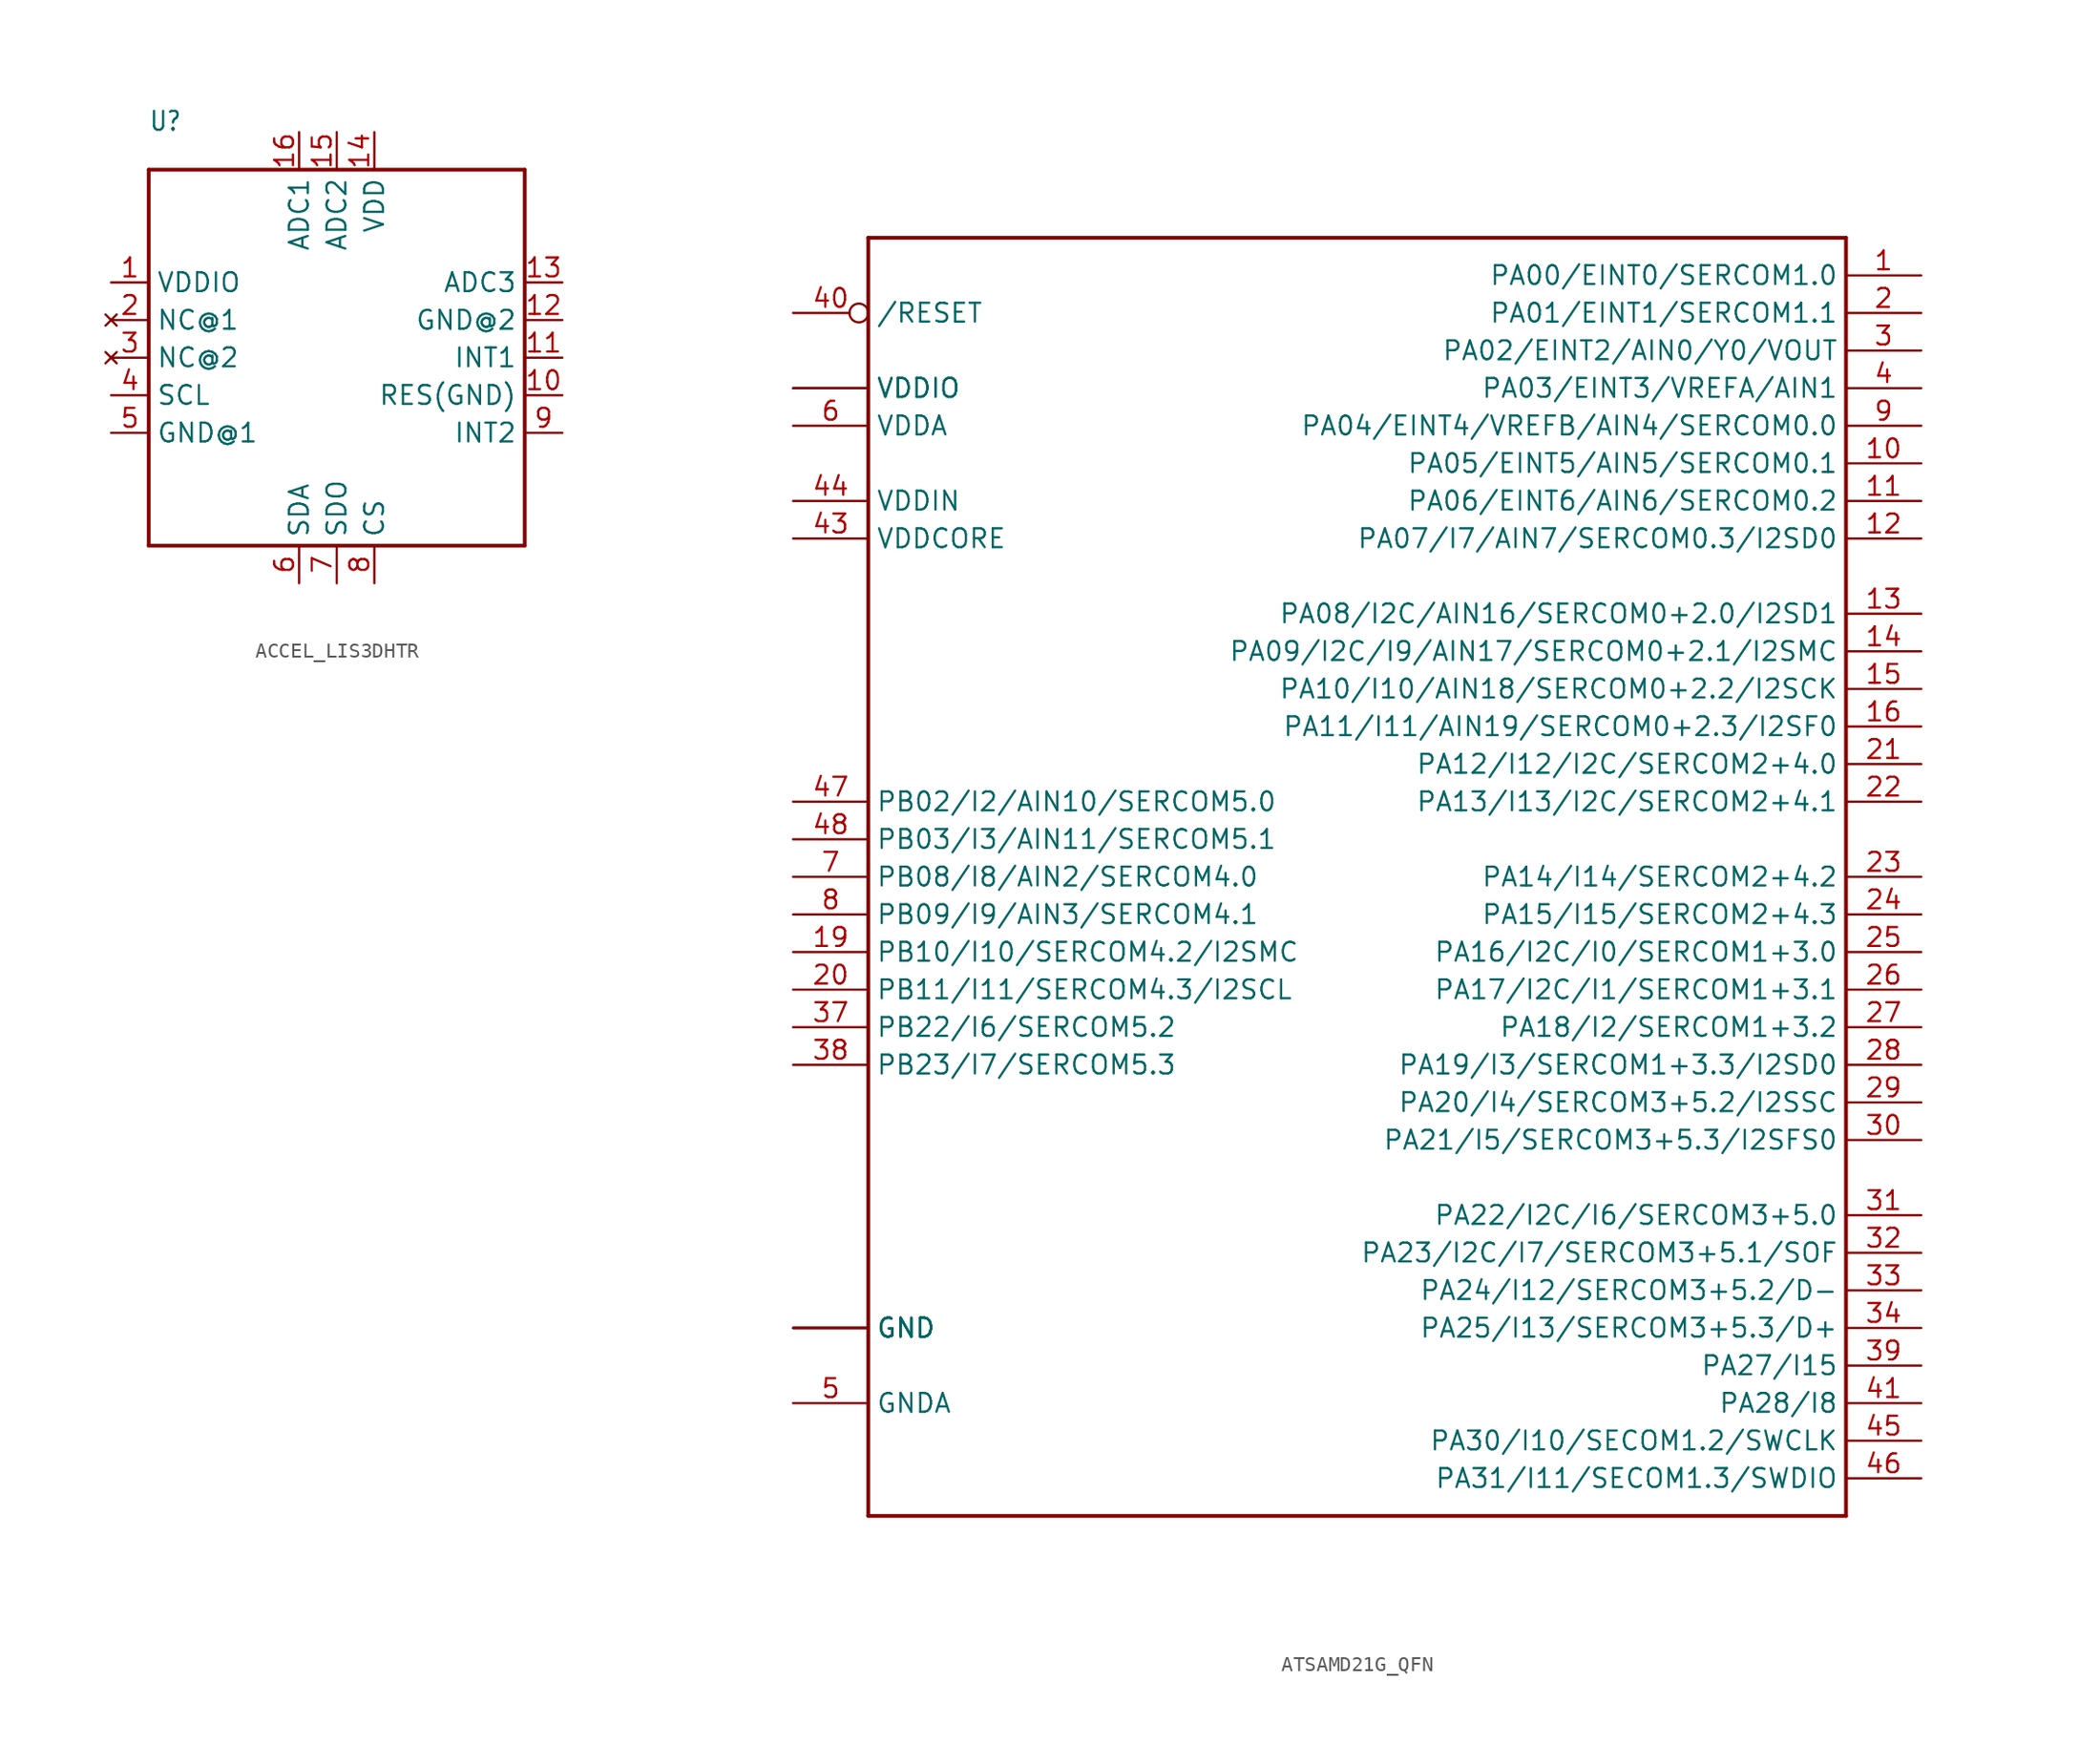
<source format=kicad_sym>
(kicad_symbol_lib
  (version 20220914)
  (generator kicad_symbol_editor)
  (symbol "ACCEL_LIS3DHTR"
    (property "Reference" "U"
      (at -12.7 15.24 0)
      (effects (font (size 1.27 1.079)) (justify left bottom)))
    (property "Value" ""
      (at 5.08 -15.24 0)
      (effects (font (size 1.27 1.079)) (justify left bottom)))
    (property "ki_locked" ""
      (at 0 0 0)
      (effects (font (size 1.27 1.27))))
    (symbol "ACCEL_LIS3DHTR_1_0"
      (polyline (pts (xy -12.7 -12.7) (xy -12.7 12.7)) (stroke (width 0.254) (type solid)) (fill (type none)))
      (polyline (pts (xy -12.7 12.7) (xy 12.7 12.7)) (stroke (width 0.254) (type solid)) (fill (type none)))
      (polyline (pts (xy 12.7 -12.7) (xy -12.7 -12.7)) (stroke (width 0.254) (type solid)) (fill (type none)))
      (polyline (pts (xy 12.7 12.7) (xy 12.7 -12.7)) (stroke (width 0.254) (type solid)) (fill (type none)))
      (pin power_in line (at -15.24 5.08 0) (length 2.54) (name "VDDIO" (effects (font (size 1.27 1.27)))) (number "1" (effects (font (size 1.27 1.27)))))
      (pin bidirectional line (at 15.24 -2.54 180) (length 2.54) (name "RES(GND)" (effects (font (size 1.27 1.27)))) (number "10" (effects (font (size 1.27 1.27)))))
      (pin output line (at 15.24 0 180) (length 2.54) (name "INT1" (effects (font (size 1.27 1.27)))) (number "11" (effects (font (size 1.27 1.27)))))
      (pin power_in line (at 15.24 2.54 180) (length 2.54) (name "GND@2" (effects (font (size 1.27 1.27)))) (number "12" (effects (font (size 1.27 1.27)))))
      (pin input line (at 15.24 5.08 180) (length 2.54) (name "ADC3" (effects (font (size 1.27 1.27)))) (number "13" (effects (font (size 1.27 1.27)))))
      (pin power_in line (at 2.54 15.24 270) (length 2.54) (name "VDD" (effects (font (size 1.27 1.27)))) (number "14" (effects (font (size 1.27 1.27)))))
      (pin input line (at 0 15.24 270) (length 2.54) (name "ADC2" (effects (font (size 1.27 1.27)))) (number "15" (effects (font (size 1.27 1.27)))))
      (pin input line (at -2.54 15.24 270) (length 2.54) (name "ADC1" (effects (font (size 1.27 1.27)))) (number "16" (effects (font (size 1.27 1.27)))))
      (pin no_connect line (at -15.24 2.54 0) (length 2.54) (name "NC@1" (effects (font (size 1.27 1.27)))) (number "2" (effects (font (size 1.27 1.27)))))
      (pin no_connect line (at -15.24 0 0) (length 2.54) (name "NC@2" (effects (font (size 1.27 1.27)))) (number "3" (effects (font (size 1.27 1.27)))))
      (pin bidirectional line (at -15.24 -2.54 0) (length 2.54) (name "SCL" (effects (font (size 1.27 1.27)))) (number "4" (effects (font (size 1.27 1.27)))))
      (pin power_in line (at -15.24 -5.08 0) (length 2.54) (name "GND@1" (effects (font (size 1.27 1.27)))) (number "5" (effects (font (size 1.27 1.27)))))
      (pin bidirectional line (at -2.54 -15.24 90) (length 2.54) (name "SDA" (effects (font (size 1.27 1.27)))) (number "6" (effects (font (size 1.27 1.27)))))
      (pin bidirectional line (at 0 -15.24 90) (length 2.54) (name "SDO" (effects (font (size 1.27 1.27)))) (number "7" (effects (font (size 1.27 1.27)))))
      (pin input line (at 2.54 -15.24 90) (length 2.54) (name "CS" (effects (font (size 1.27 1.27)))) (number "8" (effects (font (size 1.27 1.27)))))
      (pin output line (at 15.24 -5.08 180) (length 2.54) (name "INT2" (effects (font (size 1.27 1.27)))) (number "9" (effects (font (size 1.27 1.27)))))))
  (symbol "ATSAMD21G_QFN"
    (property "Reference" ""
      (at -20.32 -48.26 0)
      (effects (font (size 1.778 1.511)) (justify left bottom) hide))
    (property "Value" ""
      (at -15.24 40.64 0)
      (effects (font (size 1.778 1.511)) (justify left bottom)))
    (property "ki_locked" ""
      (at 0 0 0)
      (effects (font (size 1.27 1.27))))
    (symbol "ATSAMD21G_QFN_1_0"
      (polyline (pts (xy -20.32 -48.26) (xy -20.32 38.1)) (stroke (width 0.254) (type solid)) (fill (type none)))
      (polyline (pts (xy -20.32 38.1) (xy 45.72 38.1)) (stroke (width 0.254) (type solid)) (fill (type none)))
      (polyline (pts (xy 45.72 -48.26) (xy -20.32 -48.26)) (stroke (width 0.254) (type solid)) (fill (type none)))
      (polyline (pts (xy 45.72 38.1) (xy 45.72 -48.26)) (stroke (width 0.254) (type solid)) (fill (type none)))
      (pin bidirectional line (at 50.8 35.56 180) (length 5.08) (name "PA00/EINT0/SERCOM1.0" (effects (font (size 1.27 1.27)))) (number "1" (effects (font (size 1.27 1.27)))))
      (pin bidirectional line (at 50.8 22.86 180) (length 5.08) (name "PA05/EINT5/AIN5/SERCOM0.1" (effects (font (size 1.27 1.27)))) (number "10" (effects (font (size 1.27 1.27)))))
      (pin bidirectional line (at 50.8 20.32 180) (length 5.08) (name "PA06/EINT6/AIN6/SERCOM0.2" (effects (font (size 1.27 1.27)))) (number "11" (effects (font (size 1.27 1.27)))))
      (pin bidirectional line (at 50.8 17.78 180) (length 5.08) (name "PA07/I7/AIN7/SERCOM0.3/I2SD0" (effects (font (size 1.27 1.27)))) (number "12" (effects (font (size 1.27 1.27)))))
      (pin bidirectional line (at 50.8 12.7 180) (length 5.08) (name "PA08/I2C/AIN16/SERCOM0+2.0/I2SD1" (effects (font (size 1.27 1.27)))) (number "13" (effects (font (size 1.27 1.27)))))
      (pin bidirectional line (at 50.8 10.16 180) (length 5.08) (name "PA09/I2C/I9/AIN17/SERCOM0+2.1/I2SMC" (effects (font (size 1.27 1.27)))) (number "14" (effects (font (size 1.27 1.27)))))
      (pin bidirectional line (at 50.8 7.62 180) (length 5.08) (name "PA10/I10/AIN18/SERCOM0+2.2/I2SCK" (effects (font (size 1.27 1.27)))) (number "15" (effects (font (size 1.27 1.27)))))
      (pin bidirectional line (at 50.8 5.08 180) (length 5.08) (name "PA11/I11/AIN19/SERCOM0+2.3/I2SF0" (effects (font (size 1.27 1.27)))) (number "16" (effects (font (size 1.27 1.27)))))
      (pin power_in line (at -25.4 27.94 0) (length 5.08) (name "VDDIO" (effects (font (size 1.27 1.27)))) (number "17" (effects (font (size 0 0)))))
      (pin power_in line (at -25.4 -35.56 0) (length 5.08) (name "GND" (effects (font (size 1.27 1.27)))) (number "18" (effects (font (size 0 0)))))
      (pin bidirectional line (at -25.4 -10.16 0) (length 5.08) (name "PB10/I10/SERCOM4.2/I2SMC" (effects (font (size 1.27 1.27)))) (number "19" (effects (font (size 1.27 1.27)))))
      (pin bidirectional line (at 50.8 33.02 180) (length 5.08) (name "PA01/EINT1/SERCOM1.1" (effects (font (size 1.27 1.27)))) (number "2" (effects (font (size 1.27 1.27)))))
      (pin bidirectional line (at -25.4 -12.7 0) (length 5.08) (name "PB11/I11/SERCOM4.3/I2SCL" (effects (font (size 1.27 1.27)))) (number "20" (effects (font (size 1.27 1.27)))))
      (pin bidirectional line (at 50.8 2.54 180) (length 5.08) (name "PA12/I12/I2C/SERCOM2+4.0" (effects (font (size 1.27 1.27)))) (number "21" (effects (font (size 1.27 1.27)))))
      (pin bidirectional line (at 50.8 0 180) (length 5.08) (name "PA13/I13/I2C/SERCOM2+4.1" (effects (font (size 1.27 1.27)))) (number "22" (effects (font (size 1.27 1.27)))))
      (pin bidirectional line (at 50.8 -5.08 180) (length 5.08) (name "PA14/I14/SERCOM2+4.2" (effects (font (size 1.27 1.27)))) (number "23" (effects (font (size 1.27 1.27)))))
      (pin bidirectional line (at 50.8 -7.62 180) (length 5.08) (name "PA15/I15/SERCOM2+4.3" (effects (font (size 1.27 1.27)))) (number "24" (effects (font (size 1.27 1.27)))))
      (pin bidirectional line (at 50.8 -10.16 180) (length 5.08) (name "PA16/I2C/I0/SERCOM1+3.0" (effects (font (size 1.27 1.27)))) (number "25" (effects (font (size 1.27 1.27)))))
      (pin bidirectional line (at 50.8 -12.7 180) (length 5.08) (name "PA17/I2C/I1/SERCOM1+3.1" (effects (font (size 1.27 1.27)))) (number "26" (effects (font (size 1.27 1.27)))))
      (pin bidirectional line (at 50.8 -15.24 180) (length 5.08) (name "PA18/I2/SERCOM1+3.2" (effects (font (size 1.27 1.27)))) (number "27" (effects (font (size 1.27 1.27)))))
      (pin bidirectional line (at 50.8 -17.78 180) (length 5.08) (name "PA19/I3/SERCOM1+3.3/I2SD0" (effects (font (size 1.27 1.27)))) (number "28" (effects (font (size 1.27 1.27)))))
      (pin bidirectional line (at 50.8 -20.32 180) (length 5.08) (name "PA20/I4/SERCOM3+5.2/I2SSC" (effects (font (size 1.27 1.27)))) (number "29" (effects (font (size 1.27 1.27)))))
      (pin bidirectional line (at 50.8 30.48 180) (length 5.08) (name "PA02/EINT2/AIN0/Y0/VOUT" (effects (font (size 1.27 1.27)))) (number "3" (effects (font (size 1.27 1.27)))))
      (pin bidirectional line (at 50.8 -22.86 180) (length 5.08) (name "PA21/I5/SERCOM3+5.3/I2SFS0" (effects (font (size 1.27 1.27)))) (number "30" (effects (font (size 1.27 1.27)))))
      (pin bidirectional line (at 50.8 -27.94 180) (length 5.08) (name "PA22/I2C/I6/SERCOM3+5.0" (effects (font (size 1.27 1.27)))) (number "31" (effects (font (size 1.27 1.27)))))
      (pin bidirectional line (at 50.8 -30.48 180) (length 5.08) (name "PA23/I2C/I7/SERCOM3+5.1/SOF" (effects (font (size 1.27 1.27)))) (number "32" (effects (font (size 1.27 1.27)))))
      (pin bidirectional line (at 50.8 -33.02 180) (length 5.08) (name "PA24/I12/SERCOM3+5.2/D-" (effects (font (size 1.27 1.27)))) (number "33" (effects (font (size 1.27 1.27)))))
      (pin bidirectional line (at 50.8 -35.56 180) (length 5.08) (name "PA25/I13/SERCOM3+5.3/D+" (effects (font (size 1.27 1.27)))) (number "34" (effects (font (size 1.27 1.27)))))
      (pin power_in line (at -25.4 -35.56 0) (length 5.08) (name "GND" (effects (font (size 1.27 1.27)))) (number "35" (effects (font (size 0 0)))))
      (pin power_in line (at -25.4 27.94 0) (length 5.08) (name "VDDIO" (effects (font (size 1.27 1.27)))) (number "36" (effects (font (size 0 0)))))
      (pin bidirectional line (at -25.4 -15.24 0) (length 5.08) (name "PB22/I6/SERCOM5.2" (effects (font (size 1.27 1.27)))) (number "37" (effects (font (size 1.27 1.27)))))
      (pin bidirectional line (at -25.4 -17.78 0) (length 5.08) (name "PB23/I7/SERCOM5.3" (effects (font (size 1.27 1.27)))) (number "38" (effects (font (size 1.27 1.27)))))
      (pin bidirectional line (at 50.8 -38.1 180) (length 5.08) (name "PA27/I15" (effects (font (size 1.27 1.27)))) (number "39" (effects (font (size 1.27 1.27)))))
      (pin bidirectional line (at 50.8 27.94 180) (length 5.08) (name "PA03/EINT3/VREFA/AIN1" (effects (font (size 1.27 1.27)))) (number "4" (effects (font (size 1.27 1.27)))))
      (pin bidirectional inverted (at -25.4 33.02 0) (length 5.08) (name "/RESET" (effects (font (size 1.27 1.27)))) (number "40" (effects (font (size 1.27 1.27)))))
      (pin bidirectional line (at 50.8 -40.64 180) (length 5.08) (name "PA28/I8" (effects (font (size 1.27 1.27)))) (number "41" (effects (font (size 1.27 1.27)))))
      (pin power_in line (at -25.4 -35.56 0) (length 5.08) (name "GND" (effects (font (size 1.27 1.27)))) (number "42" (effects (font (size 0 0)))))
      (pin power_in line (at -25.4 17.78 0) (length 5.08) (name "VDDCORE" (effects (font (size 1.27 1.27)))) (number "43" (effects (font (size 1.27 1.27)))))
      (pin power_in line (at -25.4 20.32 0) (length 5.08) (name "VDDIN" (effects (font (size 1.27 1.27)))) (number "44" (effects (font (size 1.27 1.27)))))
      (pin bidirectional line (at 50.8 -43.18 180) (length 5.08) (name "PA30/I10/SECOM1.2/SWCLK" (effects (font (size 1.27 1.27)))) (number "45" (effects (font (size 1.27 1.27)))))
      (pin bidirectional line (at 50.8 -45.72 180) (length 5.08) (name "PA31/I11/SECOM1.3/SWDIO" (effects (font (size 1.27 1.27)))) (number "46" (effects (font (size 1.27 1.27)))))
      (pin bidirectional line (at -25.4 0 0) (length 5.08) (name "PB02/I2/AIN10/SERCOM5.0" (effects (font (size 1.27 1.27)))) (number "47" (effects (font (size 1.27 1.27)))))
      (pin bidirectional line (at -25.4 -2.54 0) (length 5.08) (name "PB03/I3/AIN11/SERCOM5.1" (effects (font (size 1.27 1.27)))) (number "48" (effects (font (size 1.27 1.27)))))
      (pin power_in line (at -25.4 -40.64 0) (length 5.08) (name "GNDA" (effects (font (size 1.27 1.27)))) (number "5" (effects (font (size 1.27 1.27)))))
      (pin power_in line (at -25.4 25.4 0) (length 5.08) (name "VDDA" (effects (font (size 1.27 1.27)))) (number "6" (effects (font (size 1.27 1.27)))))
      (pin bidirectional line (at -25.4 -5.08 0) (length 5.08) (name "PB08/I8/AIN2/SERCOM4.0" (effects (font (size 1.27 1.27)))) (number "7" (effects (font (size 1.27 1.27)))))
      (pin bidirectional line (at -25.4 -7.62 0) (length 5.08) (name "PB09/I9/AIN3/SERCOM4.1" (effects (font (size 1.27 1.27)))) (number "8" (effects (font (size 1.27 1.27)))))
      (pin bidirectional line (at 50.8 25.4 180) (length 5.08) (name "PA04/EINT4/VREFB/AIN4/SERCOM0.0" (effects (font (size 1.27 1.27)))) (number "9" (effects (font (size 1.27 1.27)))))
      (pin power_in line (at -25.4 -35.56 0) (length 5.08) (name "GND" (effects (font (size 1.27 1.27)))) (number "THERMAL" (effects (font (size 0 0))))))))
</source>
